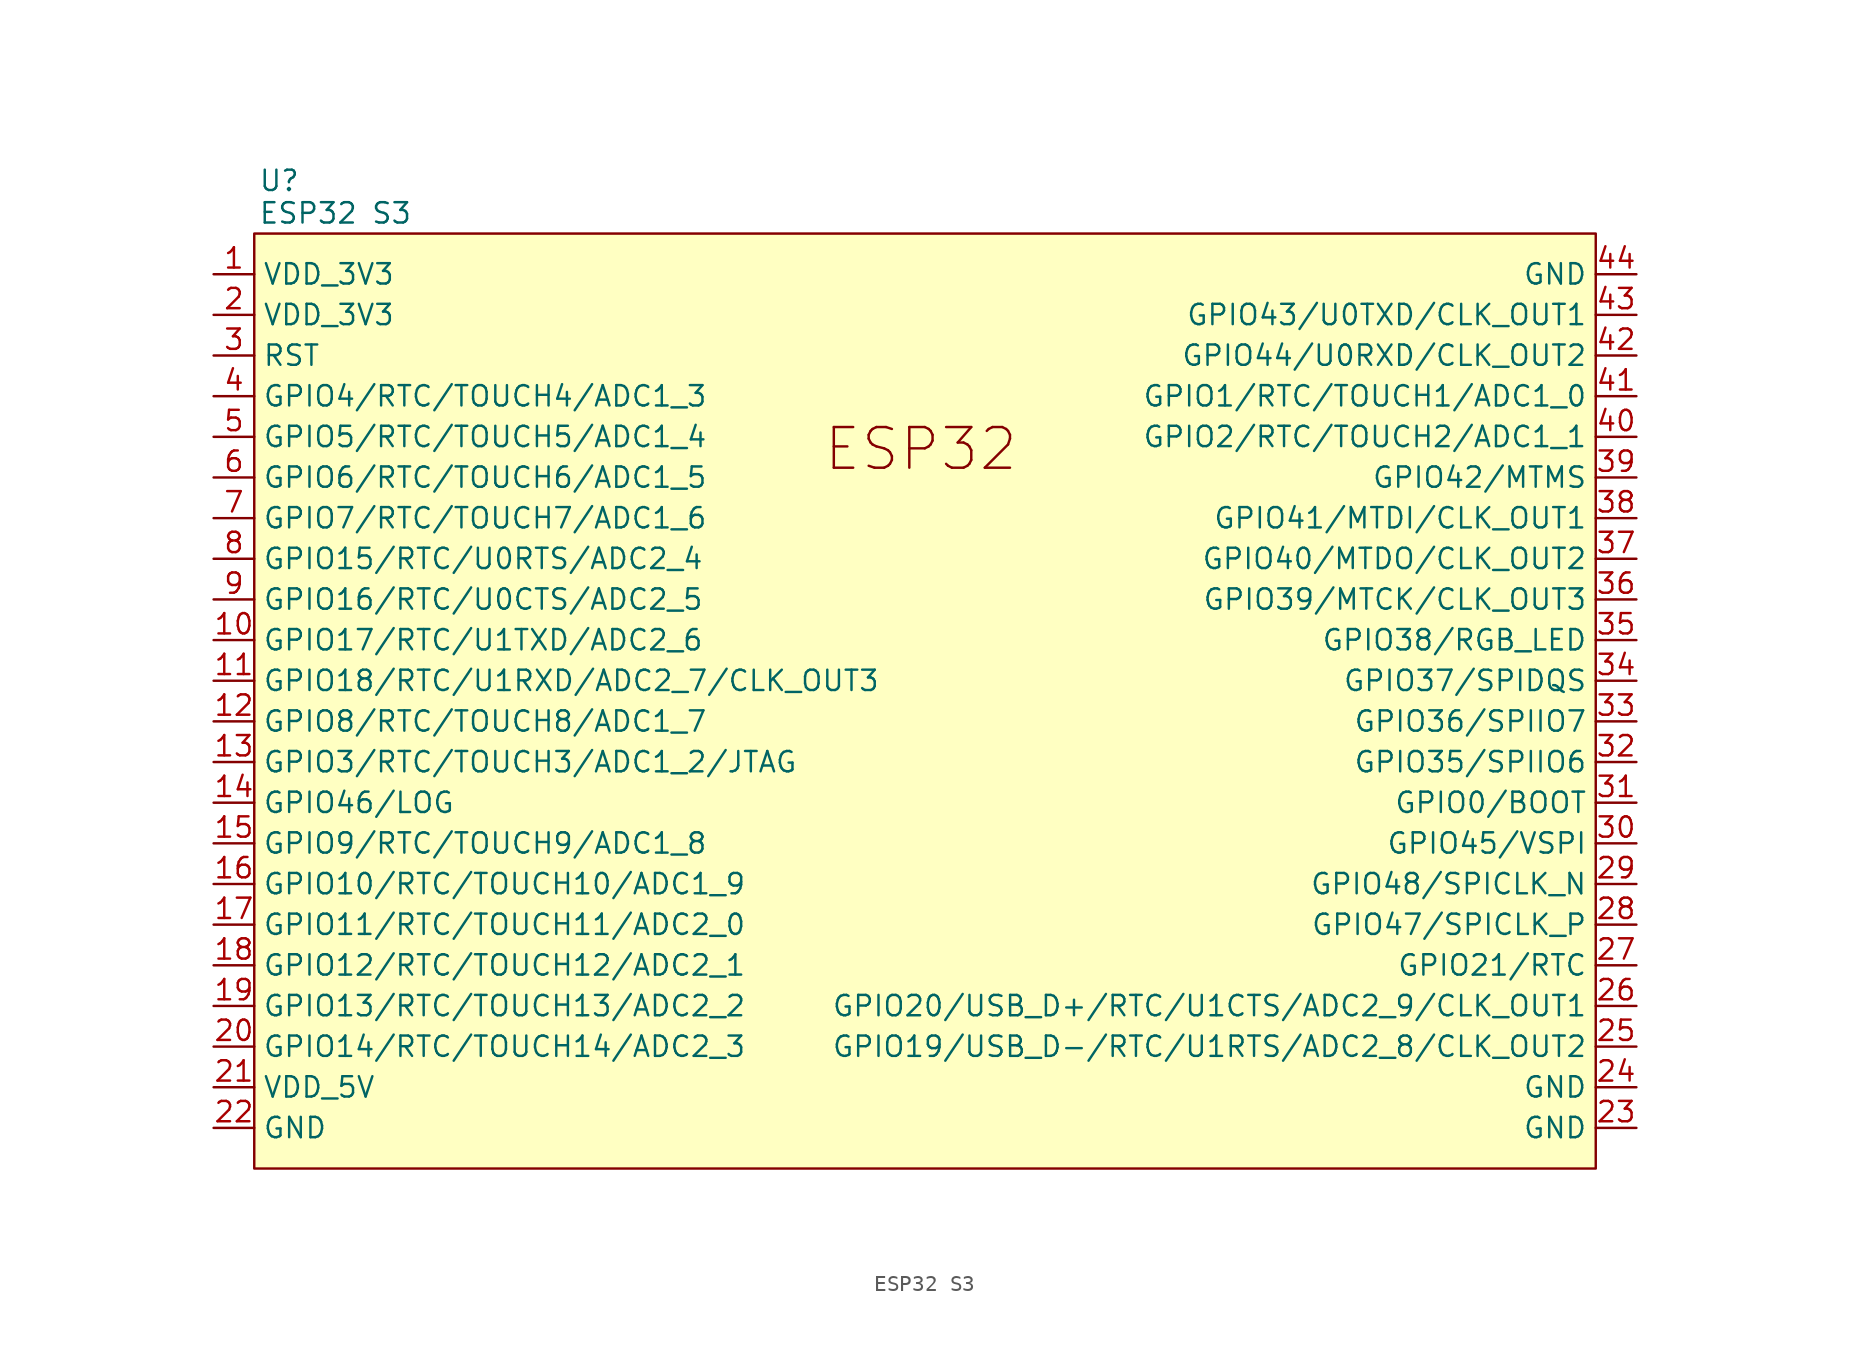
<source format=kicad_sym>
(kicad_symbol_lib
  (version 20241209)
  (generator "kicad_symbol_editor")
  (generator_version "9.0")
  (symbol "ESP32 S3"
    (property "Reference" "U"
      (at -41.656 32.512 0)
      (effects (font (size 1.27 1.27)) (justify left)))
    (property "Value" "ESP32 S3"
      (at -41.656 30.48 0)
      (effects (font (size 1.27 1.27)) (justify left)))
    (symbol "ESP32 S3_0_0"
      (text "ESP32" (at -0.254 15.748 0) (effects (font (size 2.54 2.54)))))
    (symbol "ESP32 S3_0_1"
      (rectangle (start -41.91 29.21) (end 41.91 -29.21) (stroke (width 0) (type default)) (fill (type background))))
    (symbol "ESP32 S3_1_1"
      (pin power_out line (at -44.45 26.67 0) (length 2.54) (name "VDD_3V3" (effects (font (size 1.27 1.27)))) (number "1" (effects (font (size 1.27 1.27)))))
      (pin power_out line (at -44.45 24.13 0) (length 2.54) (name "VDD_3V3" (effects (font (size 1.27 1.27)))) (number "2" (effects (font (size 1.27 1.27)))))
      (pin input line (at -44.45 21.59 0) (length 2.54) (name "RST" (effects (font (size 1.27 1.27)))) (number "3" (effects (font (size 1.27 1.27)))))
      (pin bidirectional line (at -44.45 19.05 0) (length 2.54) (name "GPIO4/RTC/TOUCH4/ADC1_3" (effects (font (size 1.27 1.27)))) (number "4" (effects (font (size 1.27 1.27)))))
      (pin bidirectional line (at -44.45 16.51 0) (length 2.54) (name "GPIO5/RTC/TOUCH5/ADC1_4" (effects (font (size 1.27 1.27)))) (number "5" (effects (font (size 1.27 1.27)))))
      (pin bidirectional line (at -44.45 13.97 0) (length 2.54) (name "GPIO6/RTC/TOUCH6/ADC1_5" (effects (font (size 1.27 1.27)))) (number "6" (effects (font (size 1.27 1.27)))))
      (pin bidirectional line (at -44.45 11.43 0) (length 2.54) (name "GPIO7/RTC/TOUCH7/ADC1_6" (effects (font (size 1.27 1.27)))) (number "7" (effects (font (size 1.27 1.27)))))
      (pin bidirectional line (at -44.45 8.89 0) (length 2.54) (name "GPIO15/RTC/U0RTS/ADC2_4" (effects (font (size 1.27 1.27)))) (number "8" (effects (font (size 1.27 1.27)))))
      (pin bidirectional line (at -44.45 6.35 0) (length 2.54) (name "GPIO16/RTC/U0CTS/ADC2_5" (effects (font (size 1.27 1.27)))) (number "9" (effects (font (size 1.27 1.27)))))
      (pin bidirectional line (at -44.45 3.81 0) (length 2.54) (name "GPIO17/RTC/U1TXD/ADC2_6" (effects (font (size 1.27 1.27)))) (number "10" (effects (font (size 1.27 1.27)))))
      (pin bidirectional line (at -44.45 1.27 0) (length 2.54) (name "GPIO18/RTC/U1RXD/ADC2_7/CLK_OUT3" (effects (font (size 1.27 1.27)))) (number "11" (effects (font (size 1.27 1.27)))))
      (pin bidirectional line (at -44.45 -1.27 0) (length 2.54) (name "GPIO8/RTC/TOUCH8/ADC1_7" (effects (font (size 1.27 1.27)))) (number "12" (effects (font (size 1.27 1.27)))))
      (pin bidirectional line (at -44.45 -3.81 0) (length 2.54) (name "GPIO3/RTC/TOUCH3/ADC1_2/JTAG" (effects (font (size 1.27 1.27)))) (number "13" (effects (font (size 1.27 1.27)))))
      (pin bidirectional line (at -44.45 -6.35 0) (length 2.54) (name "GPIO46/LOG" (effects (font (size 1.27 1.27)))) (number "14" (effects (font (size 1.27 1.27)))))
      (pin bidirectional line (at -44.45 -8.89 0) (length 2.54) (name "GPIO9/RTC/TOUCH9/ADC1_8" (effects (font (size 1.27 1.27)))) (number "15" (effects (font (size 1.27 1.27)))))
      (pin bidirectional line (at -44.45 -11.43 0) (length 2.54) (name "GPIO10/RTC/TOUCH10/ADC1_9" (effects (font (size 1.27 1.27)))) (number "16" (effects (font (size 1.27 1.27)))))
      (pin bidirectional line (at -44.45 -13.97 0) (length 2.54) (name "GPIO11/RTC/TOUCH11/ADC2_0" (effects (font (size 1.27 1.27)))) (number "17" (effects (font (size 1.27 1.27)))))
      (pin bidirectional line (at -44.45 -16.51 0) (length 2.54) (name "GPIO12/RTC/TOUCH12/ADC2_1" (effects (font (size 1.27 1.27)))) (number "18" (effects (font (size 1.27 1.27)))))
      (pin bidirectional line (at -44.45 -19.05 0) (length 2.54) (name "GPIO13/RTC/TOUCH13/ADC2_2" (effects (font (size 1.27 1.27)))) (number "19" (effects (font (size 1.27 1.27)))))
      (pin bidirectional line (at -44.45 -21.59 0) (length 2.54) (name "GPIO14/RTC/TOUCH14/ADC2_3" (effects (font (size 1.27 1.27)))) (number "20" (effects (font (size 1.27 1.27)))))
      (pin power_out line (at -44.45 -24.13 0) (length 2.54) (name "VDD_5V" (effects (font (size 1.27 1.27)))) (number "21" (effects (font (size 1.27 1.27)))))
      (pin power_out line (at -44.45 -26.67 0) (length 2.54) (name "GND" (effects (font (size 1.27 1.27)))) (number "22" (effects (font (size 1.27 1.27)))))
      (pin power_out line (at 44.45 26.67 180) (length 2.54) (name "GND" (effects (font (size 1.27 1.27)))) (number "44" (effects (font (size 1.27 1.27)))))
      (pin bidirectional line (at 44.45 24.13 180) (length 2.54) (name "GPIO43/U0TXD/CLK_OUT1" (effects (font (size 1.27 1.27)))) (number "43" (effects (font (size 1.27 1.27)))))
      (pin bidirectional line (at 44.45 21.59 180) (length 2.54) (name "GPIO44/U0RXD/CLK_OUT2" (effects (font (size 1.27 1.27)))) (number "42" (effects (font (size 1.27 1.27)))))
      (pin bidirectional line (at 44.45 19.05 180) (length 2.54) (name "GPIO1/RTC/TOUCH1/ADC1_0" (effects (font (size 1.27 1.27)))) (number "41" (effects (font (size 1.27 1.27)))))
      (pin bidirectional line (at 44.45 16.51 180) (length 2.54) (name "GPIO2/RTC/TOUCH2/ADC1_1" (effects (font (size 1.27 1.27)))) (number "40" (effects (font (size 1.27 1.27)))))
      (pin bidirectional line (at 44.45 13.97 180) (length 2.54) (name "GPIO42/MTMS" (effects (font (size 1.27 1.27)))) (number "39" (effects (font (size 1.27 1.27)))))
      (pin bidirectional line (at 44.45 11.43 180) (length 2.54) (name "GPIO41/MTDI/CLK_OUT1" (effects (font (size 1.27 1.27)))) (number "38" (effects (font (size 1.27 1.27)))))
      (pin bidirectional line (at 44.45 8.89 180) (length 2.54) (name "GPIO40/MTDO/CLK_OUT2" (effects (font (size 1.27 1.27)))) (number "37" (effects (font (size 1.27 1.27)))))
      (pin bidirectional line (at 44.45 6.35 180) (length 2.54) (name "GPIO39/MTCK/CLK_OUT3" (effects (font (size 1.27 1.27)))) (number "36" (effects (font (size 1.27 1.27)))))
      (pin bidirectional line (at 44.45 3.81 180) (length 2.54) (name "GPIO38/RGB_LED" (effects (font (size 1.27 1.27)))) (number "35" (effects (font (size 1.27 1.27)))))
      (pin bidirectional line (at 44.45 1.27 180) (length 2.54) (name "GPIO37/SPIDQS" (effects (font (size 1.27 1.27)))) (number "34" (effects (font (size 1.27 1.27)))))
      (pin bidirectional line (at 44.45 -1.27 180) (length 2.54) (name "GPIO36/SPIIO7" (effects (font (size 1.27 1.27)))) (number "33" (effects (font (size 1.27 1.27)))))
      (pin bidirectional line (at 44.45 -3.81 180) (length 2.54) (name "GPIO35/SPIIO6" (effects (font (size 1.27 1.27)))) (number "32" (effects (font (size 1.27 1.27)))))
      (pin bidirectional line (at 44.45 -6.35 180) (length 2.54) (name "GPIO0/BOOT" (effects (font (size 1.27 1.27)))) (number "31" (effects (font (size 1.27 1.27)))))
      (pin bidirectional line (at 44.45 -8.89 180) (length 2.54) (name "GPIO45/VSPI" (effects (font (size 1.27 1.27)))) (number "30" (effects (font (size 1.27 1.27)))))
      (pin bidirectional line (at 44.45 -11.43 180) (length 2.54) (name "GPIO48/SPICLK_N" (effects (font (size 1.27 1.27)))) (number "29" (effects (font (size 1.27 1.27)))))
      (pin bidirectional line (at 44.45 -13.97 180) (length 2.54) (name "GPIO47/SPICLK_P" (effects (font (size 1.27 1.27)))) (number "28" (effects (font (size 1.27 1.27)))))
      (pin bidirectional line (at 44.45 -16.51 180) (length 2.54) (name "GPIO21/RTC" (effects (font (size 1.27 1.27)))) (number "27" (effects (font (size 1.27 1.27)))))
      (pin bidirectional line (at 44.45 -19.05 180) (length 2.54) (name "GPIO20/USB_D+/RTC/U1CTS/ADC2_9/CLK_OUT1" (effects (font (size 1.27 1.27)))) (number "26" (effects (font (size 1.27 1.27)))))
      (pin input line (at 44.45 -21.59 180) (length 2.54) (name "GPIO19/USB_D-/RTC/U1RTS/ADC2_8/CLK_OUT2" (effects (font (size 1.27 1.27)))) (number "25" (effects (font (size 1.27 1.27)))))
      (pin power_out line (at 44.45 -24.13 180) (length 2.54) (name "GND" (effects (font (size 1.27 1.27)))) (number "24" (effects (font (size 1.27 1.27)))))
      (pin power_out line (at 44.45 -26.67 180) (length 2.54) (name "GND" (effects (font (size 1.27 1.27)))) (number "23" (effects (font (size 1.27 1.27))))))))
</source>
